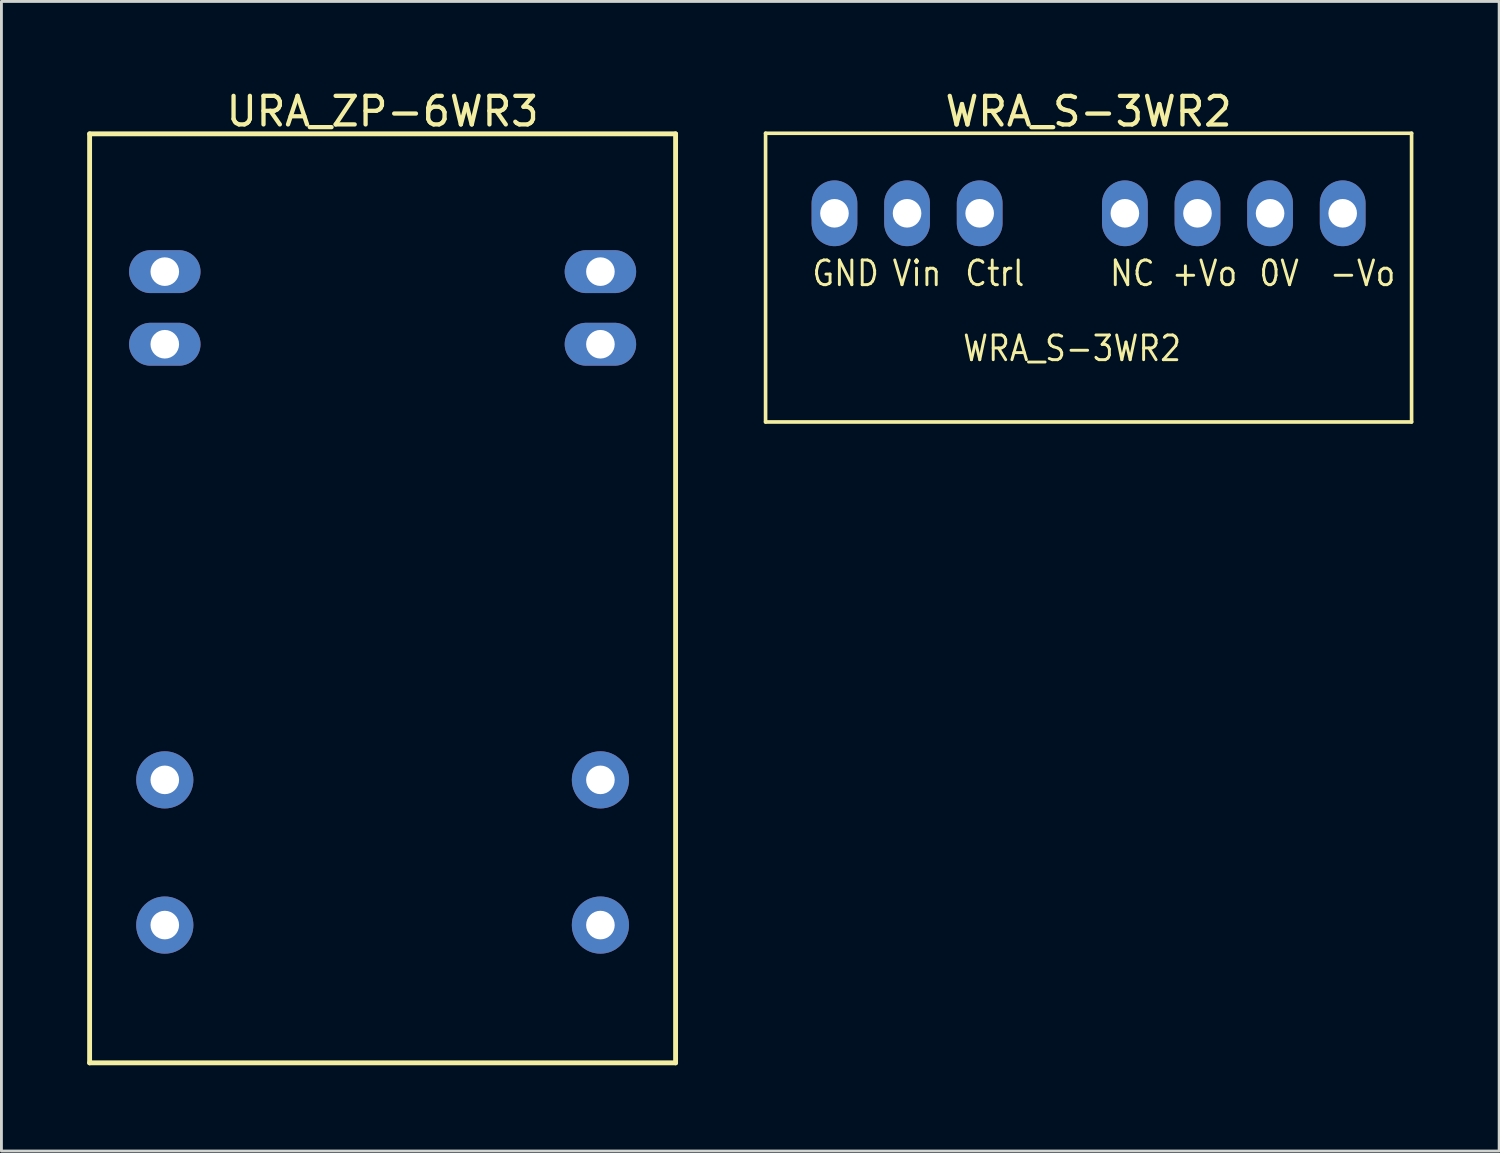
<source format=kicad_pcb>
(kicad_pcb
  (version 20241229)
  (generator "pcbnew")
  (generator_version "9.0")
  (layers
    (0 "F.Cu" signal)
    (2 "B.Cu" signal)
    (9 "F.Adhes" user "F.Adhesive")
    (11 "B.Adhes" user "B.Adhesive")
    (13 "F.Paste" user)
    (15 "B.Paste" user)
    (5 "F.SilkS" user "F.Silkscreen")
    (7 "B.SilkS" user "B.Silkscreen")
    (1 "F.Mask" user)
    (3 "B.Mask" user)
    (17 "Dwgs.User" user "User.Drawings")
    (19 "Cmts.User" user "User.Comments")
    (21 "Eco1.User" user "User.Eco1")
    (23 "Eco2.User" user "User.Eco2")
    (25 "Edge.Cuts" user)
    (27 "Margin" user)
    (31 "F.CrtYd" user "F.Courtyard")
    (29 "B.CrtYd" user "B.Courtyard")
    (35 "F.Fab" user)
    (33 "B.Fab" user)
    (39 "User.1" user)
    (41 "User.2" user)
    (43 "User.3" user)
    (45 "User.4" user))
  (footprint "WRA_S-3WR2"
    (layer "F.Cu")
    (at 35.033 4.412)
    (property "Reference" "WRA_S-3WR2" (at 0.000005 -3.563 0) (layer "F.SilkS") (effects (font (size 1 1) (thickness 0.15))))
    (fp_line (start -11.3 -2.8) (end 11.3 -2.8) (stroke (width 0.127) (type solid)) (layer "F.SilkS"))
    (fp_line (start -11.3 7.3) (end -11.3 -2.8) (stroke (width 0.127) (type solid)) (layer "F.SilkS"))
    (fp_line (start -11.3 7.3) (end 11.3 7.3) (stroke (width 0.127) (type solid)) (layer "F.SilkS"))
    (fp_line (start 11.3 7.3) (end 11.3 -2.8) (stroke (width 0.127) (type solid)) (layer "F.SilkS"))
    (fp_text user "Vin" (at -6.921 2.608 0) (unlocked yes) (layer "F.SilkS") (effects (font (size 0.864 0.762) (thickness 0.102)) (justify left bottom)))
    (fp_text user "0V" (at 5.911 2.608 0) (unlocked yes) (layer "F.SilkS") (effects (font (size 0.864 0.762) (thickness 0.102)) (justify left bottom)))
    (fp_text user "+Vo" (at 2.848 2.608 0) (unlocked yes) (layer "F.SilkS") (effects (font (size 0.864 0.762) (thickness 0.102)) (justify left bottom)))
    (fp_text user "GND" (at -9.728 2.608 0) (unlocked yes) (layer "F.SilkS") (effects (font (size 0.864 0.762) (thickness 0.102)) (justify left bottom)))
    (fp_text user "-Vo" (at 8.377 2.608 0) (unlocked yes) (layer "F.SilkS") (effects (font (size 0.864 0.762) (thickness 0.102)) (justify left bottom)))
    (fp_text user "WRA_S-3WR2" (at -4.455 5.232 0) (unlocked yes) (layer "F.SilkS") (effects (font (size 0.864 0.762) (thickness 0.102)) (justify left bottom)))
    (fp_text user "Ctrl" (at -4.381 2.608 0) (unlocked yes) (layer "F.SilkS") (effects (font (size 0.864 0.762) (thickness 0.102)) (justify left bottom)))
    (fp_text user "NC" (at 0.686 2.608 0) (unlocked yes) (layer "F.SilkS") (effects (font (size 0.864 0.762) (thickness 0.102)) (justify left bottom)))
    (pad "1" thru_hole oval (at -8.89 0) (size 1.6 2.3) (drill 1) (layers "*.Cu" "*.Mask"))
    (pad "2" thru_hole oval (at -6.35 0) (size 1.6 2.3) (drill 1) (layers "*.Cu" "*.Mask"))
    (pad "3" thru_hole oval (at -3.81 0) (size 1.6 2.3) (drill 1) (layers "*.Cu" "*.Mask"))
    (pad "5" thru_hole oval (at 1.27 0) (size 1.6 2.3) (drill 1) (layers "*.Cu" "*.Mask"))
    (pad "6" thru_hole oval (at 3.81 0) (size 1.6 2.3) (drill 1) (layers "*.Cu" "*.Mask"))
    (pad "7" thru_hole oval (at 6.35 0) (size 1.6 2.3) (drill 1) (layers "*.Cu" "*.Mask"))
    (pad "8" thru_hole oval (at 8.89 0) (size 1.6 2.3) (drill 1) (layers "*.Cu" "*.Mask")))
  (footprint "URA_ZP-6WR3"
    (layer "F.Cu")
    (at 10.335 17.883)
    (property "Reference" "URA_ZP-6WR3" (at 0 -17.035 0) (layer "F.SilkS") (effects (font (size 1 1) (thickness 0.15))))
    (fp_line (start -10.25 -16.25) (end 10.25 -16.25) (stroke (width 0.17) (type solid)) (layer "F.SilkS"))
    (fp_line (start -10.25 16.25) (end -10.25 -16.25) (stroke (width 0.17) (type solid)) (layer "F.SilkS"))
    (fp_line (start -10.25 16.25) (end 10.25 16.25) (stroke (width 0.17) (type solid)) (layer "F.SilkS"))
    (fp_line (start 10.25 16.25) (end 10.25 -16.25) (stroke (width 0.17) (type solid)) (layer "F.SilkS"))
    (fp_text_box "" (start -5.749 -10.851) (end -5.749 -10.851) (margins 1.062 1.062 1.062 1.062) (layer "F.Cu") (effects (font (size 1.35 1.2) (thickness 0.15)) (justify left bottom)) (border yes) (stroke (width 0.1) (type default)))
    (fp_text_box "" (start -5.749 6.929) (end -5.749 6.929) (margins 1.062 1.062 1.062 1.062) (layer "F.Cu") (effects (font (size 1.35 1.2) (thickness 0.15)) (justify left bottom)) (border yes) (stroke (width 0.1) (type default)))
    (fp_text_box "" (start 3.808 7.013) (end 3.808 7.013) (margins 1.062 1.062 1.062 1.062) (layer "F.Cu") (effects (font (size 1.35 1.2) (thickness 0.15)) (justify left bottom)) (border yes) (stroke (width 0.1) (type default)))
    (fp_text_box "" (start 3.653 -10.767) (end 3.653 -10.767) (margins 1.062 1.062 1.062 1.062) (layer "F.Cu") (effects (font (size 1.35 1.2) (thickness 0.15)) (justify left bottom)) (border yes) (stroke (width 0.1) (type default)))
    (fp_text_box "" (start 2.597 12.093) (end 2.597 12.093) (margins 1.062 1.062 1.062 1.062) (layer "F.Cu") (effects (font (size 1.35 1.2) (thickness 0.15)) (justify left bottom)) (border yes) (stroke (width 0.1) (type default)))
    (fp_text_box "" (start -7.318 -0.539) (end -7.318 -0.539) (margins 1.345 1.345 1.345 1.345) (layer "F.Cu") (effects (font (size 1.727 1.524) (thickness 0.203)) (justify left bottom)) (border yes) (stroke (width 0.1) (type default)))
    (fp_text_box "" (start -5.749 12.009) (end -5.749 12.009) (margins 1.062 1.062 1.062 1.062) (layer "F.Cu") (effects (font (size 1.35 1.2) (thickness 0.15)) (justify left bottom)) (border yes) (stroke (width 0.1) (type default)))
    (fp_text_box "" (start 3.653 -8.227) (end 3.653 -8.227) (margins 1.062 1.062 1.062 1.062) (layer "F.Cu") (effects (font (size 1.35 1.2) (thickness 0.15)) (justify left bottom)) (border yes) (stroke (width 0.1) (type default)))
    (fp_text_box "" (start -5.749 -8.311) (end -5.749 -8.311) (margins 1.062 1.062 1.062 1.062) (layer "F.Cu") (effects (font (size 1.35 1.2) (thickness 0.15)) (justify left bottom)) (border yes) (stroke (width 0.1) (type default)))
    (pad "2" thru_hole oval (at -7.62 -11.43 270) (size 1.5 2.5) (drill 1) (layers "*.Cu" "*.Mask"))
    (pad "3" thru_hole oval (at -7.62 -8.89 270) (size 1.5 2.5) (drill 1) (layers "*.Cu" "*.Mask"))
    (pad "9" thru_hole circle (at -7.62 6.35 270) (size 2 2) (drill 1) (layers "*.Cu" "*.Mask"))
    (pad "11" thru_hole circle (at -7.62 11.43 270) (size 2 2) (drill 1) (layers "*.Cu" "*.Mask"))
    (pad "14" thru_hole circle (at 7.62 11.43 270) (size 2 2) (drill 1) (layers "*.Cu" "*.Mask"))
    (pad "16" thru_hole circle (at 7.62 6.35 270) (size 2 2) (drill 1) (layers "*.Cu" "*.Mask"))
    (pad "22" thru_hole oval (at 7.62 -8.89 270) (size 1.5 2.5) (drill 1) (layers "*.Cu" "*.Mask"))
    (pad "23" thru_hole oval (at 7.62 -11.43 270) (size 1.5 2.5) (drill 1) (layers "*.Cu" "*.Mask")))
  (gr_rect
    (start -3 -3)
    (end 49.397 37.218)
    (stroke (width 0.1) (type default))
    (fill no)
    (layer "Edge.Cuts")))
</source>
